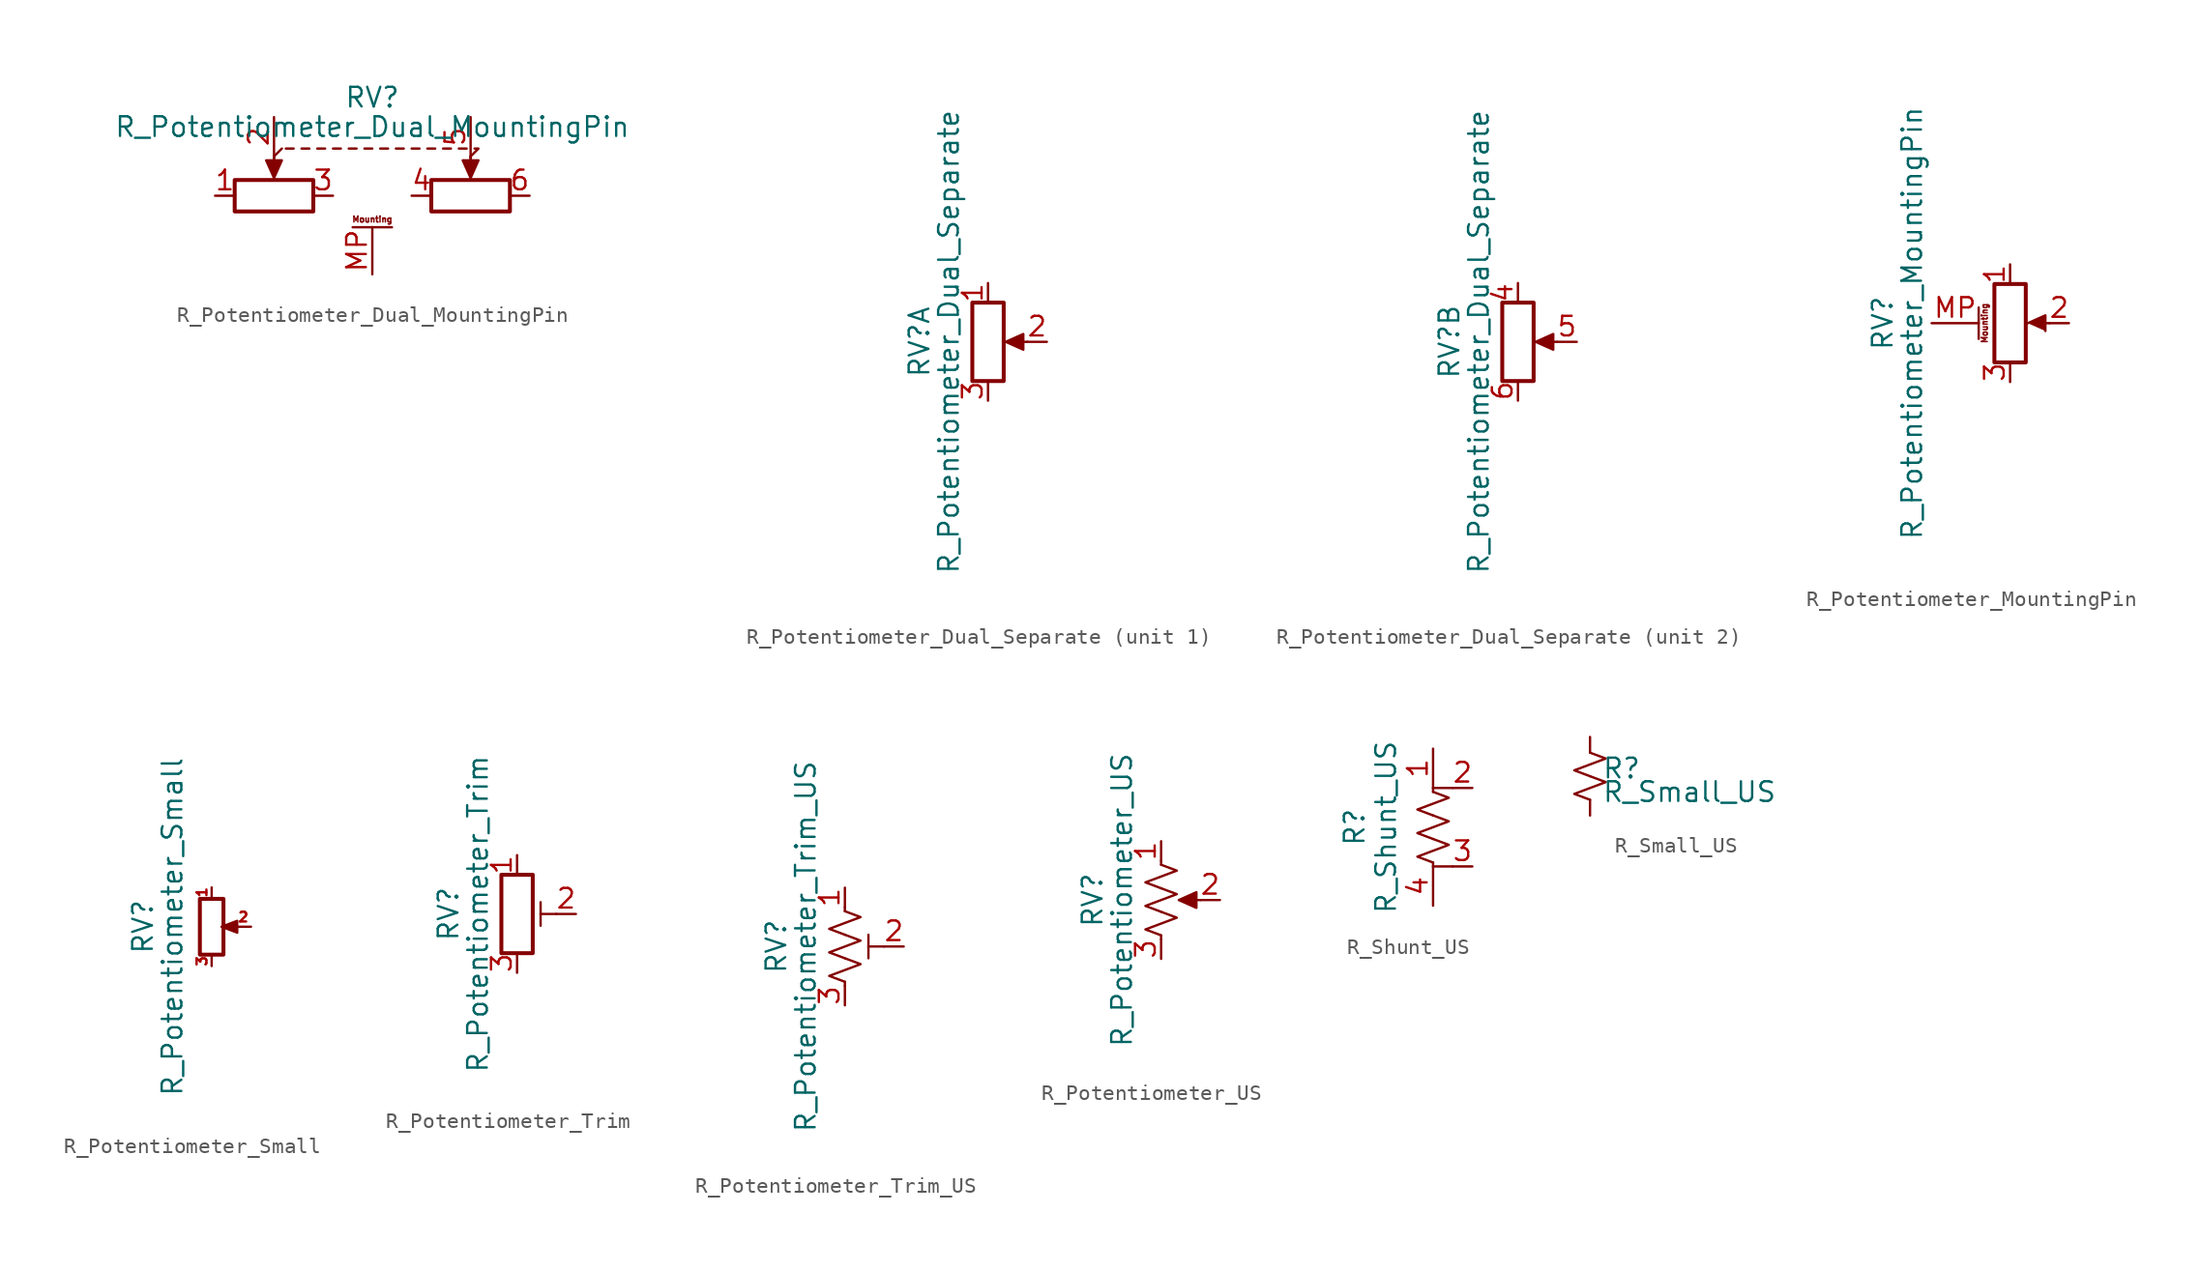
<source format=kicad_sym>
(kicad_symbol_lib
  (version 20241209)
  (generator "kicad_symbol_editor")
  (generator_version "9.0")
  (symbol "R_Potentiometer_Dual_MountingPin"
    (pin_names
      (offset 1.016)
      (hide yes))
    (property "Reference" "RV"
      (at 0 3.81 0)
      (effects (font (size 1.27 1.27))))
    (property "Value" "R_Potentiometer_Dual_MountingPin"
      (at 0 1.905 0)
      (effects (font (size 1.27 1.27))))
    (symbol "R_Potentiometer_Dual_MountingPin_0_1"
      (rectangle (start -8.89 -1.524) (end -3.81 -3.556) (stroke (width 0.254) (type default)) (fill (type none)))
      (polyline (pts (xy -6.35 0) (xy -6.35 -1.016)) (stroke (width 0) (type default)) (fill (type none)))
      (polyline (pts (xy -6.35 0) (xy -6.35 -1.016)) (stroke (width 0) (type default)) (fill (type none)))
      (polyline (pts (xy -6.35 0) (xy -5.842 0.508)) (stroke (width 0) (type default)) (fill (type none)))
      (polyline (pts (xy -6.35 -1.397) (xy -6.858 -0.254) (xy -5.842 -0.254) (xy -6.35 -1.397)) (stroke (width 0) (type default)) (fill (type outline)))
      (polyline (pts (xy -5.588 0.508) (xy -5.08 0.508)) (stroke (width 0) (type default)) (fill (type none)))
      (polyline (pts (xy -4.572 0.508) (xy -4.064 0.508)) (stroke (width 0) (type default)) (fill (type none)))
      (polyline (pts (xy -3.556 0.508) (xy -3.048 0.508)) (stroke (width 0) (type default)) (fill (type none)))
      (polyline (pts (xy -2.54 0.508) (xy -2.032 0.508)) (stroke (width 0) (type default)) (fill (type none)))
      (polyline (pts (xy -1.524 0.508) (xy -1.016 0.508)) (stroke (width 0) (type default)) (fill (type none)))
      (polyline (pts (xy -0.508 0.508) (xy 0 0.508)) (stroke (width 0) (type default)) (fill (type none)))
      (polyline (pts (xy 0.508 0.508) (xy 1.016 0.508)) (stroke (width 0) (type default)) (fill (type none)))
      (polyline (pts (xy 1.524 0.508) (xy 2.032 0.508)) (stroke (width 0) (type default)) (fill (type none)))
      (polyline (pts (xy 2.54 0.508) (xy 3.048 0.508)) (stroke (width 0) (type default)) (fill (type none)))
      (polyline (pts (xy 3.556 0.508) (xy 4.064 0.508)) (stroke (width 0) (type default)) (fill (type none)))
      (rectangle (start 3.81 -1.524) (end 8.89 -3.556) (stroke (width 0.254) (type default)) (fill (type none)))
      (polyline (pts (xy 4.572 0.508) (xy 5.08 0.508)) (stroke (width 0) (type default)) (fill (type none)))
      (polyline (pts (xy 5.588 0.508) (xy 6.096 0.508)) (stroke (width 0) (type default)) (fill (type none)))
      (polyline (pts (xy 6.35 0) (xy 6.35 -1.016)) (stroke (width 0) (type default)) (fill (type none)))
      (polyline (pts (xy 6.35 0) (xy 6.35 -1.016)) (stroke (width 0) (type default)) (fill (type none)))
      (polyline (pts (xy 6.35 -1.397) (xy 5.842 -0.254) (xy 6.858 -0.254) (xy 6.35 -1.397)) (stroke (width 0) (type default)) (fill (type outline)))
      (polyline (pts (xy 6.604 0.508) (xy 6.858 0.508) (xy 6.35 0)) (stroke (width 0) (type default)) (fill (type none))))
    (symbol "R_Potentiometer_Dual_MountingPin_1_1"
      (polyline (pts (xy -1.27 -4.578) (xy 1.27 -4.578)) (stroke (width 0) (type default)) (fill (type none)))
      (text "Mounting" (at 0 -4.066 0) (effects (font (size 0.381 0.381))))
      (pin passive line (at -10.16 -2.54 0) (length 1.27) (name "1" (effects (font (size 1.27 1.27)))) (number "1" (effects (font (size 1.27 1.27)))))
      (pin passive line (at -6.35 2.54 270) (length 2.54) (name "2" (effects (font (size 1.27 1.27)))) (number "2" (effects (font (size 1.27 1.27)))))
      (pin passive line (at -2.54 -2.54 180) (length 1.27) (name "3" (effects (font (size 1.27 1.27)))) (number "3" (effects (font (size 1.27 1.27)))))
      (pin passive line (at 0 -7.62 90) (length 3.048) (name "MountPin" (effects (font (size 1.27 1.27)))) (number "MP" (effects (font (size 1.27 1.27)))))
      (pin passive line (at 2.54 -2.54 0) (length 1.27) (name "4" (effects (font (size 1.27 1.27)))) (number "4" (effects (font (size 1.27 1.27)))))
      (pin passive line (at 6.35 2.54 270) (length 2.54) (name "5" (effects (font (size 1.27 1.27)))) (number "5" (effects (font (size 1.27 1.27)))))
      (pin passive line (at 10.16 -2.54 180) (length 1.27) (name "6" (effects (font (size 1.27 1.27)))) (number "6" (effects (font (size 1.27 1.27)))))))
  (symbol "R_Potentiometer_Dual_Separate"
    (pin_names
      (offset 1.016)
      (hide yes))
    (property "Reference" "RV"
      (at -4.445 0 90)
      (effects (font (size 1.27 1.27))))
    (property "Value" "R_Potentiometer_Dual_Separate"
      (at -2.54 0 90)
      (effects (font (size 1.27 1.27))))
    (symbol "R_Potentiometer_Dual_Separate_0_1"
      (rectangle (start 1.016 2.54) (end -1.016 -2.54) (stroke (width 0.254) (type default)) (fill (type none)))
      (polyline (pts (xy 1.143 0) (xy 2.286 0.508) (xy 2.286 -0.508) (xy 1.143 0)) (stroke (width 0) (type default)) (fill (type outline)))
      (polyline (pts (xy 2.54 0) (xy 1.524 0)) (stroke (width 0) (type default)) (fill (type none))))
    (symbol "R_Potentiometer_Dual_Separate_1_1"
      (pin passive line (at 0 3.81 270) (length 1.27) (name "1" (effects (font (size 1.27 1.27)))) (number "1" (effects (font (size 1.27 1.27)))))
      (pin passive line (at 0 -3.81 90) (length 1.27) (name "3" (effects (font (size 1.27 1.27)))) (number "3" (effects (font (size 1.27 1.27)))))
      (pin passive line (at 3.81 0 180) (length 1.27) (name "2" (effects (font (size 1.27 1.27)))) (number "2" (effects (font (size 1.27 1.27))))))
    (symbol "R_Potentiometer_Dual_Separate_2_1"
      (pin passive line (at 0 3.81 270) (length 1.27) (name "4" (effects (font (size 1.27 1.27)))) (number "4" (effects (font (size 1.27 1.27)))))
      (pin passive line (at 0 -3.81 90) (length 1.27) (name "6" (effects (font (size 1.27 1.27)))) (number "6" (effects (font (size 1.27 1.27)))))
      (pin passive line (at 3.81 0 180) (length 1.27) (name "5" (effects (font (size 1.27 1.27)))) (number "5" (effects (font (size 1.27 1.27)))))))
  (symbol "R_Potentiometer_MountingPin"
    (pin_names
      (offset 1.016)
      (hide yes))
    (property "Reference" "RV"
      (at -8.255 0 90)
      (effects (font (size 1.27 1.27))))
    (property "Value" "R_Potentiometer_MountingPin"
      (at -6.35 0 90)
      (effects (font (size 1.27 1.27))))
    (symbol "R_Potentiometer_MountingPin_0_1"
      (rectangle (start 1.016 2.54) (end -1.016 -2.54) (stroke (width 0.254) (type default)) (fill (type none)))
      (polyline (pts (xy 1.143 0) (xy 2.286 0.508) (xy 2.286 -0.508)) (stroke (width 0) (type default)) (fill (type outline)))
      (polyline (pts (xy 2.54 0) (xy 1.524 0)) (stroke (width 0) (type default)) (fill (type none))))
    (symbol "R_Potentiometer_MountingPin_1_1"
      (polyline (pts (xy -2.032 1.016) (xy -2.032 -1.016)) (stroke (width 0.152) (type default)) (fill (type none)))
      (text "Mounting" (at -1.651 0 900) (effects (font (size 0.381 0.381))))
      (pin passive line (at -5.08 0 0) (length 3.048) (name "MountPin" (effects (font (size 1.27 1.27)))) (number "MP" (effects (font (size 1.27 1.27)))))
      (pin passive line (at 0 3.81 270) (length 1.27) (name "1" (effects (font (size 1.27 1.27)))) (number "1" (effects (font (size 1.27 1.27)))))
      (pin passive line (at 0 -3.81 90) (length 1.27) (name "3" (effects (font (size 1.27 1.27)))) (number "3" (effects (font (size 1.27 1.27)))))
      (pin passive line (at 3.81 0 180) (length 1.27) (name "2" (effects (font (size 1.27 1.27)))) (number "2" (effects (font (size 1.27 1.27)))))))
  (symbol "R_Potentiometer_Small"
    (pin_names
      (offset 1.016)
      (hide yes))
    (property "Reference" "RV"
      (at -4.445 0 90)
      (effects (font (size 1.27 1.27))))
    (property "Value" "R_Potentiometer_Small"
      (at -2.54 0 90)
      (effects (font (size 1.27 1.27))))
    (symbol "R_Potentiometer_Small_0_1"
      (rectangle (start 0.762 1.803) (end -0.762 -1.803) (stroke (width 0.254) (type default)) (fill (type none)))
      (polyline (pts (xy 0.889 0) (xy 0.635 0) (xy 1.651 0.381) (xy 1.651 -0.381) (xy 0.635 0) (xy 0.889 0)) (stroke (width 0) (type default)) (fill (type outline))))
    (symbol "R_Potentiometer_Small_1_1"
      (pin passive line (at 0 2.54 270) (length 0.635) (name "1" (effects (font (size 0.635 0.635)))) (number "1" (effects (font (size 0.635 0.635)))))
      (pin passive line (at 0 -2.54 90) (length 0.635) (name "3" (effects (font (size 0.635 0.635)))) (number "3" (effects (font (size 0.635 0.635)))))
      (pin passive line (at 2.54 0 180) (length 0.991) (name "2" (effects (font (size 0.635 0.635)))) (number "2" (effects (font (size 0.635 0.635)))))))
  (symbol "R_Potentiometer_Trim"
    (pin_names
      (offset 1.016)
      (hide yes))
    (property "Reference" "RV"
      (at -4.445 0 90)
      (effects (font (size 1.27 1.27))))
    (property "Value" "R_Potentiometer_Trim"
      (at -2.54 0 90)
      (effects (font (size 1.27 1.27))))
    (symbol "R_Potentiometer_Trim_0_1"
      (rectangle (start 1.016 2.54) (end -1.016 -2.54) (stroke (width 0.254) (type default)) (fill (type none)))
      (polyline (pts (xy 1.524 0.762) (xy 1.524 -0.762)) (stroke (width 0) (type default)) (fill (type none)))
      (polyline (pts (xy 2.54 0) (xy 1.524 0)) (stroke (width 0) (type default)) (fill (type none))))
    (symbol "R_Potentiometer_Trim_1_1"
      (pin passive line (at 0 3.81 270) (length 1.27) (name "1" (effects (font (size 1.27 1.27)))) (number "1" (effects (font (size 1.27 1.27)))))
      (pin passive line (at 0 -3.81 90) (length 1.27) (name "3" (effects (font (size 1.27 1.27)))) (number "3" (effects (font (size 1.27 1.27)))))
      (pin passive line (at 3.81 0 180) (length 1.27) (name "2" (effects (font (size 1.27 1.27)))) (number "2" (effects (font (size 1.27 1.27)))))))
  (symbol "R_Potentiometer_Trim_US"
    (pin_names
      (offset 1.016)
      (hide yes))
    (property "Reference" "RV"
      (at -4.445 0 90)
      (effects (font (size 1.27 1.27))))
    (property "Value" "R_Potentiometer_Trim_US"
      (at -2.54 0 90)
      (effects (font (size 1.27 1.27))))
    (symbol "R_Potentiometer_Trim_US_0_1"
      (polyline (pts (xy 0 2.286) (xy 0 2.54)) (stroke (width 0) (type default)) (fill (type none)))
      (polyline (pts (xy 0 2.286) (xy 1.016 1.905) (xy 0 1.524) (xy -1.016 1.143) (xy 0 0.762)) (stroke (width 0) (type default)) (fill (type none)))
      (polyline (pts (xy 0 0.762) (xy 1.016 0.381) (xy 0 0) (xy -1.016 -0.381) (xy 0 -0.762)) (stroke (width 0) (type default)) (fill (type none)))
      (polyline (pts (xy 0 -0.762) (xy 1.016 -1.143) (xy 0 -1.524) (xy -1.016 -1.905) (xy 0 -2.286)) (stroke (width 0) (type default)) (fill (type none)))
      (polyline (pts (xy 0 -2.286) (xy 0 -2.54)) (stroke (width 0) (type default)) (fill (type none)))
      (polyline (pts (xy 1.524 0.762) (xy 1.524 -0.762)) (stroke (width 0) (type default)) (fill (type none)))
      (polyline (pts (xy 2.54 0) (xy 1.524 0)) (stroke (width 0) (type default)) (fill (type none))))
    (symbol "R_Potentiometer_Trim_US_1_1"
      (pin passive line (at 0 3.81 270) (length 1.27) (name "1" (effects (font (size 1.27 1.27)))) (number "1" (effects (font (size 1.27 1.27)))))
      (pin passive line (at 0 -3.81 90) (length 1.27) (name "3" (effects (font (size 1.27 1.27)))) (number "3" (effects (font (size 1.27 1.27)))))
      (pin passive line (at 3.81 0 180) (length 1.27) (name "2" (effects (font (size 1.27 1.27)))) (number "2" (effects (font (size 1.27 1.27)))))))
  (symbol "R_Potentiometer_US"
    (pin_names
      (offset 1.016)
      (hide yes))
    (property "Reference" "RV"
      (at -4.445 0 90)
      (effects (font (size 1.27 1.27))))
    (property "Value" "R_Potentiometer_US"
      (at -2.54 0 90)
      (effects (font (size 1.27 1.27))))
    (symbol "R_Potentiometer_US_0_1"
      (polyline (pts (xy 0 2.54) (xy 0 2.286)) (stroke (width 0) (type default)) (fill (type none)))
      (polyline (pts (xy 0 2.286) (xy 1.016 1.905) (xy 0 1.524) (xy -1.016 1.143) (xy 0 0.762)) (stroke (width 0) (type default)) (fill (type none)))
      (polyline (pts (xy 0 0.762) (xy 1.016 0.381) (xy 0 0) (xy -1.016 -0.381) (xy 0 -0.762)) (stroke (width 0) (type default)) (fill (type none)))
      (polyline (pts (xy 0 -0.762) (xy 1.016 -1.143) (xy 0 -1.524) (xy -1.016 -1.905) (xy 0 -2.286)) (stroke (width 0) (type default)) (fill (type none)))
      (polyline (pts (xy 0 -2.286) (xy 0 -2.54)) (stroke (width 0) (type default)) (fill (type none)))
      (polyline (pts (xy 1.143 0) (xy 2.286 0.508) (xy 2.286 -0.508) (xy 1.143 0)) (stroke (width 0) (type default)) (fill (type outline)))
      (polyline (pts (xy 2.54 0) (xy 1.524 0)) (stroke (width 0) (type default)) (fill (type none))))
    (symbol "R_Potentiometer_US_1_1"
      (pin passive line (at 0 3.81 270) (length 1.27) (name "1" (effects (font (size 1.27 1.27)))) (number "1" (effects (font (size 1.27 1.27)))))
      (pin passive line (at 0 -3.81 90) (length 1.27) (name "3" (effects (font (size 1.27 1.27)))) (number "3" (effects (font (size 1.27 1.27)))))
      (pin passive line (at 3.81 0 180) (length 1.27) (name "2" (effects (font (size 1.27 1.27)))) (number "2" (effects (font (size 1.27 1.27)))))))
  (symbol "R_Shunt_US"
    (pin_names
      (offset 0)
      (hide yes))
    (property "Reference" "R"
      (at -5.08 0 90)
      (effects (font (size 1.27 1.27))))
    (property "Value" "R_Shunt_US"
      (at -3.048 0 90)
      (effects (font (size 1.27 1.27))))
    (symbol "R_Shunt_US_1_1"
      (polyline (pts (xy 0 2.286) (xy 0 2.54)) (stroke (width 0) (type default)) (fill (type none)))
      (polyline (pts (xy 0 2.286) (xy 1.016 1.905) (xy 0 1.524) (xy -1.016 1.143) (xy 0 0.762)) (stroke (width 0) (type default)) (fill (type none)))
      (polyline (pts (xy 0 0.762) (xy 1.016 0.381) (xy 0 0) (xy -1.016 -0.381) (xy 0 -0.762)) (stroke (width 0) (type default)) (fill (type none)))
      (polyline (pts (xy 0 -0.762) (xy 1.016 -1.143) (xy 0 -1.524) (xy -1.016 -1.905) (xy 0 -2.286)) (stroke (width 0) (type default)) (fill (type none)))
      (polyline (pts (xy 0 -2.286) (xy 0 -2.54)) (stroke (width 0) (type default)) (fill (type none)))
      (polyline (pts (xy 0 -2.54) (xy 1.27 -2.54)) (stroke (width 0) (type default)) (fill (type none)))
      (polyline (pts (xy 1.27 2.54) (xy 0 2.54)) (stroke (width 0) (type default)) (fill (type none)))
      (pin passive line (at 0 5.08 270) (length 2.54) (name "~" (effects (font (size 1.27 1.27)))) (number "1" (effects (font (size 1.27 1.27)))))
      (pin passive line (at 0 -5.08 90) (length 2.54) (name "~" (effects (font (size 1.27 1.27)))) (number "4" (effects (font (size 1.27 1.27)))))
      (pin passive line (at 2.54 2.54 180) (length 1.27) (name "~" (effects (font (size 1.27 1.27)))) (number "2" (effects (font (size 1.27 1.27)))))
      (pin passive line (at 2.54 -2.54 180) (length 1.27) (name "~" (effects (font (size 1.27 1.27)))) (number "3" (effects (font (size 1.27 1.27)))))))
  (symbol "R_Small_US"
    (pin_numbers
      (hide yes))
    (pin_names
      (offset 0.254)
      (hide yes))
    (property "Reference" "R"
      (at 0.762 0.508 0)
      (effects (font (size 1.27 1.27)) (justify left)))
    (property "Value" "R_Small_US"
      (at 0.762 -1.016 0)
      (effects (font (size 1.27 1.27)) (justify left)))
    (symbol "R_Small_US_1_1"
      (polyline (pts (xy 0 1.524) (xy 1.016 1.143) (xy 0 0.762) (xy -1.016 0.381) (xy 0 0)) (stroke (width 0) (type default)) (fill (type none)))
      (polyline (pts (xy 0 0) (xy 1.016 -0.381) (xy 0 -0.762) (xy -1.016 -1.143) (xy 0 -1.524)) (stroke (width 0) (type default)) (fill (type none)))
      (pin passive line (at 0 2.54 270) (length 1.016) (name "~" (effects (font (size 1.27 1.27)))) (number "1" (effects (font (size 1.27 1.27)))))
      (pin passive line (at 0 -2.54 90) (length 1.016) (name "~" (effects (font (size 1.27 1.27)))) (number "2" (effects (font (size 1.27 1.27))))))))
</source>
